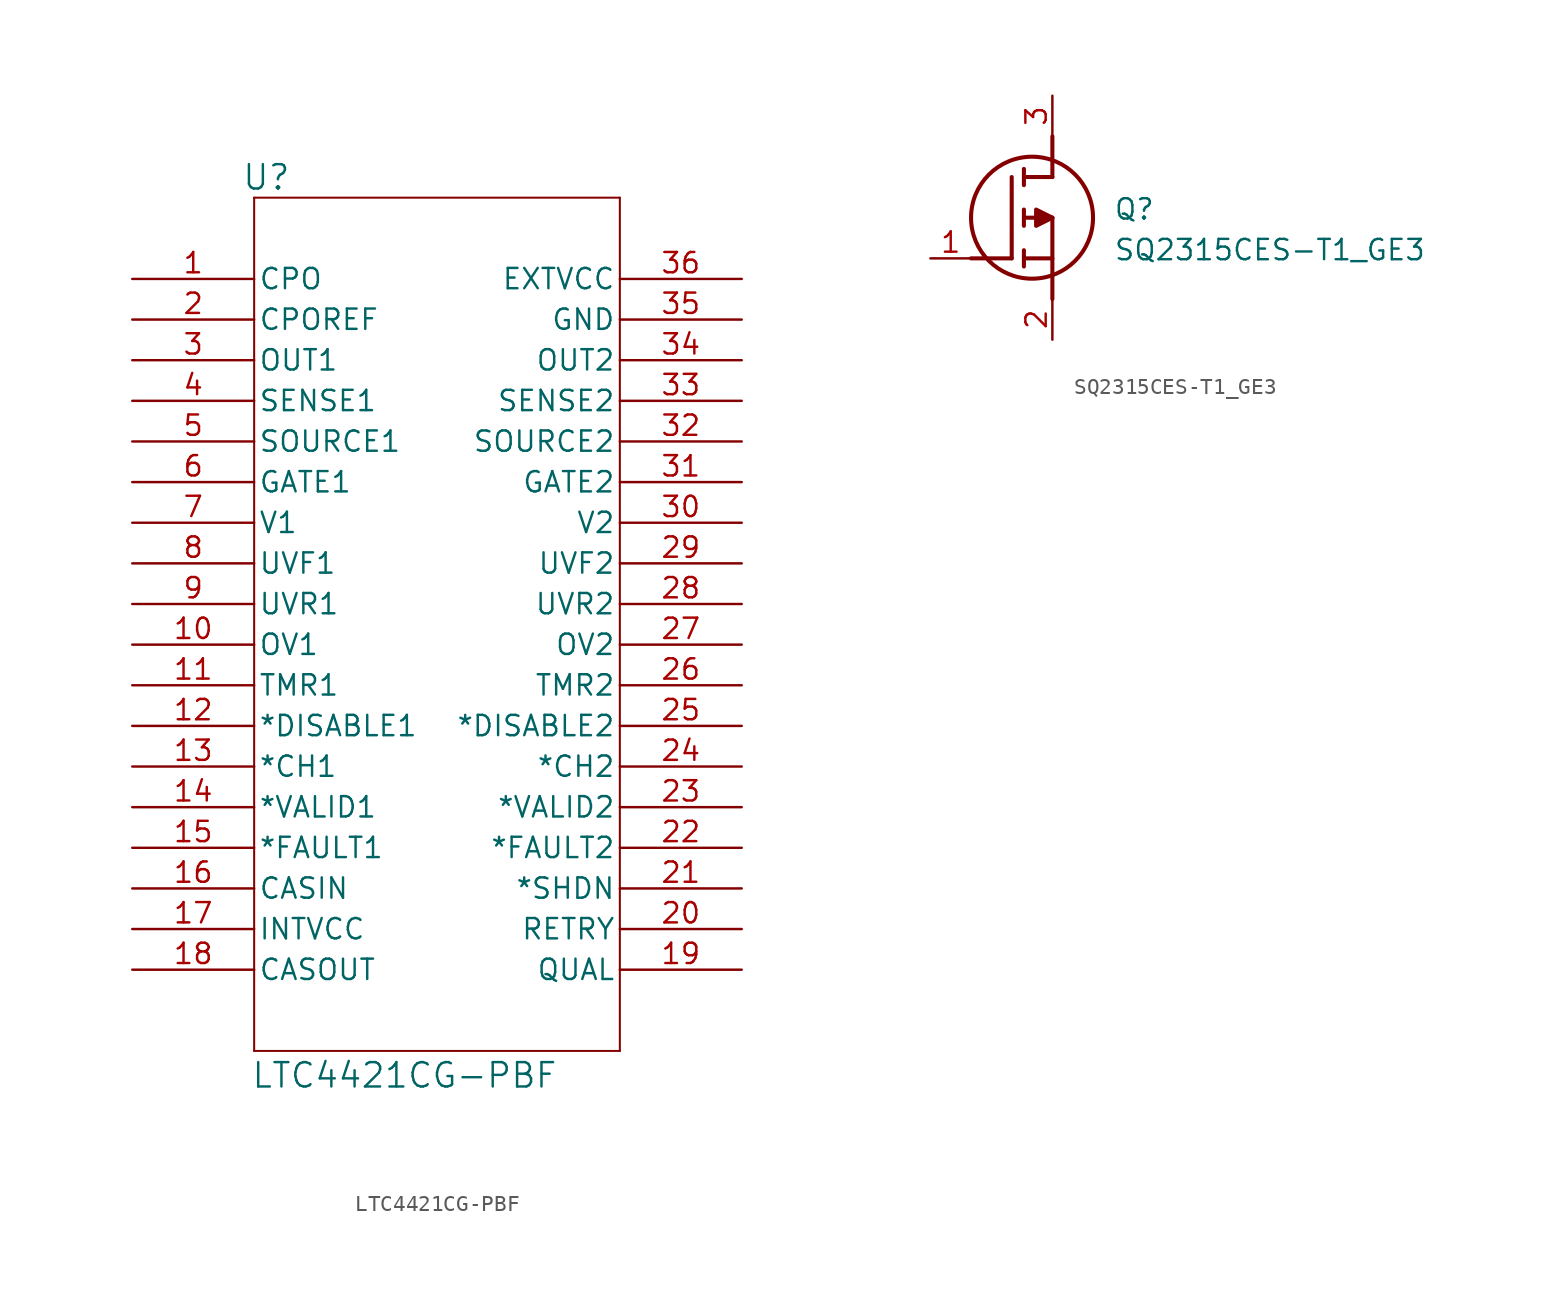
<source format=kicad_sym>
(kicad_symbol_lib
  (version 20241209)
  (generator "kicad_symbol_editor")
  (generator_version "9.0")
  (symbol "LTC4421CG-PBF"
    (pin_names
      (offset 0.254))
    (property "Reference" "U"
      (at -10.668 27.94 0)
      (effects (font (size 1.524 1.524))))
    (property "Value" "LTC4421CG-PBF"
      (at -2.032 -28.194 0)
      (effects (font (size 1.524 1.524))))
    (symbol "LTC4421CG-PBF_0_1"
      (polyline (pts (xy -11.43 26.67) (xy -11.43 -26.67)) (stroke (width 0.127) (type default)) (fill (type none)))
      (polyline (pts (xy -11.43 -26.67) (xy 11.43 -26.67)) (stroke (width 0.127) (type default)) (fill (type none)))
      (polyline (pts (xy 11.43 26.67) (xy -11.43 26.67)) (stroke (width 0.127) (type default)) (fill (type none)))
      (polyline (pts (xy 11.43 -26.67) (xy 11.43 26.67)) (stroke (width 0.127) (type default)) (fill (type none)))
      (pin output line (at -19.05 21.59 0) (length 7.62) (name "CPO" (effects (font (size 1.27 1.27)))) (number "1" (effects (font (size 1.27 1.27)))))
      (pin output line (at -19.05 19.05 0) (length 7.62) (name "CPOREF" (effects (font (size 1.27 1.27)))) (number "2" (effects (font (size 1.27 1.27)))))
      (pin unspecified line (at -19.05 16.51 0) (length 7.62) (name "OUT1" (effects (font (size 1.27 1.27)))) (number "3" (effects (font (size 1.27 1.27)))))
      (pin input line (at -19.05 13.97 0) (length 7.62) (name "SENSE1" (effects (font (size 1.27 1.27)))) (number "4" (effects (font (size 1.27 1.27)))))
      (pin unspecified line (at -19.05 11.43 0) (length 7.62) (name "SOURCE1" (effects (font (size 1.27 1.27)))) (number "5" (effects (font (size 1.27 1.27)))))
      (pin unspecified line (at -19.05 8.89 0) (length 7.62) (name "GATE1" (effects (font (size 1.27 1.27)))) (number "6" (effects (font (size 1.27 1.27)))))
      (pin power_in line (at -19.05 6.35 0) (length 7.62) (name "V1" (effects (font (size 1.27 1.27)))) (number "7" (effects (font (size 1.27 1.27)))))
      (pin input line (at -19.05 3.81 0) (length 7.62) (name "UVF1" (effects (font (size 1.27 1.27)))) (number "8" (effects (font (size 1.27 1.27)))))
      (pin input line (at -19.05 1.27 0) (length 7.62) (name "UVR1" (effects (font (size 1.27 1.27)))) (number "9" (effects (font (size 1.27 1.27)))))
      (pin input line (at -19.05 -1.27 0) (length 7.62) (name "OV1" (effects (font (size 1.27 1.27)))) (number "10" (effects (font (size 1.27 1.27)))))
      (pin unspecified line (at -19.05 -3.81 0) (length 7.62) (name "TMR1" (effects (font (size 1.27 1.27)))) (number "11" (effects (font (size 1.27 1.27)))))
      (pin input line (at -19.05 -6.35 0) (length 7.62) (name "*DISABLE1" (effects (font (size 1.27 1.27)))) (number "12" (effects (font (size 1.27 1.27)))))
      (pin output line (at -19.05 -8.89 0) (length 7.62) (name "*CH1" (effects (font (size 1.27 1.27)))) (number "13" (effects (font (size 1.27 1.27)))))
      (pin unspecified line (at -19.05 -11.43 0) (length 7.62) (name "*VALID1" (effects (font (size 1.27 1.27)))) (number "14" (effects (font (size 1.27 1.27)))))
      (pin output line (at -19.05 -13.97 0) (length 7.62) (name "*FAULT1" (effects (font (size 1.27 1.27)))) (number "15" (effects (font (size 1.27 1.27)))))
      (pin input line (at -19.05 -16.51 0) (length 7.62) (name "CASIN" (effects (font (size 1.27 1.27)))) (number "16" (effects (font (size 1.27 1.27)))))
      (pin power_in line (at -19.05 -19.05 0) (length 7.62) (name "INTVCC" (effects (font (size 1.27 1.27)))) (number "17" (effects (font (size 1.27 1.27)))))
      (pin output line (at -19.05 -21.59 0) (length 7.62) (name "CASOUT" (effects (font (size 1.27 1.27)))) (number "18" (effects (font (size 1.27 1.27)))))
      (pin power_in line (at 19.05 21.59 180) (length 7.62) (name "EXTVCC" (effects (font (size 1.27 1.27)))) (number "36" (effects (font (size 1.27 1.27)))))
      (pin power_out line (at 19.05 19.05 180) (length 7.62) (name "GND" (effects (font (size 1.27 1.27)))) (number "35" (effects (font (size 1.27 1.27)))))
      (pin unspecified line (at 19.05 16.51 180) (length 7.62) (name "OUT2" (effects (font (size 1.27 1.27)))) (number "34" (effects (font (size 1.27 1.27)))))
      (pin input line (at 19.05 13.97 180) (length 7.62) (name "SENSE2" (effects (font (size 1.27 1.27)))) (number "33" (effects (font (size 1.27 1.27)))))
      (pin unspecified line (at 19.05 11.43 180) (length 7.62) (name "SOURCE2" (effects (font (size 1.27 1.27)))) (number "32" (effects (font (size 1.27 1.27)))))
      (pin unspecified line (at 19.05 8.89 180) (length 7.62) (name "GATE2" (effects (font (size 1.27 1.27)))) (number "31" (effects (font (size 1.27 1.27)))))
      (pin power_in line (at 19.05 6.35 180) (length 7.62) (name "V2" (effects (font (size 1.27 1.27)))) (number "30" (effects (font (size 1.27 1.27)))))
      (pin input line (at 19.05 3.81 180) (length 7.62) (name "UVF2" (effects (font (size 1.27 1.27)))) (number "29" (effects (font (size 1.27 1.27)))))
      (pin input line (at 19.05 1.27 180) (length 7.62) (name "UVR2" (effects (font (size 1.27 1.27)))) (number "28" (effects (font (size 1.27 1.27)))))
      (pin input line (at 19.05 -1.27 180) (length 7.62) (name "OV2" (effects (font (size 1.27 1.27)))) (number "27" (effects (font (size 1.27 1.27)))))
      (pin unspecified line (at 19.05 -3.81 180) (length 7.62) (name "TMR2" (effects (font (size 1.27 1.27)))) (number "26" (effects (font (size 1.27 1.27)))))
      (pin input line (at 19.05 -6.35 180) (length 7.62) (name "*DISABLE2" (effects (font (size 1.27 1.27)))) (number "25" (effects (font (size 1.27 1.27)))))
      (pin output line (at 19.05 -8.89 180) (length 7.62) (name "*CH2" (effects (font (size 1.27 1.27)))) (number "24" (effects (font (size 1.27 1.27)))))
      (pin unspecified line (at 19.05 -11.43 180) (length 7.62) (name "*VALID2" (effects (font (size 1.27 1.27)))) (number "23" (effects (font (size 1.27 1.27)))))
      (pin output line (at 19.05 -13.97 180) (length 7.62) (name "*FAULT2" (effects (font (size 1.27 1.27)))) (number "22" (effects (font (size 1.27 1.27)))))
      (pin input line (at 19.05 -16.51 180) (length 7.62) (name "*SHDN" (effects (font (size 1.27 1.27)))) (number "21" (effects (font (size 1.27 1.27)))))
      (pin input line (at 19.05 -19.05 180) (length 7.62) (name "RETRY" (effects (font (size 1.27 1.27)))) (number "20" (effects (font (size 1.27 1.27)))))
      (pin unspecified line (at 19.05 -21.59 180) (length 7.62) (name "QUAL" (effects (font (size 1.27 1.27)))) (number "19" (effects (font (size 1.27 1.27)))))))
  (symbol "SQ2315CES-T1_GE3"
    (pin_names
      (hide yes))
    (property "Reference" "Q"
      (at 11.43 3.81 0)
      (effects (font (size 1.27 1.27)) (justify left top)))
    (property "Value" "SQ2315CES-T1_GE3"
      (at 11.43 1.27 0)
      (effects (font (size 1.27 1.27)) (justify left top)))
    (symbol "SQ2315CES-T1_GE3_1_1"
      (polyline (pts (xy 2.54 0) (xy 5.08 0)) (stroke (width 0.254) (type default)) (fill (type none)))
      (polyline (pts (xy 5.08 5.08) (xy 5.08 0)) (stroke (width 0.254) (type default)) (fill (type none)))
      (polyline (pts (xy 5.842 5.588) (xy 5.842 4.572)) (stroke (width 0.254) (type default)) (fill (type none)))
      (polyline (pts (xy 5.842 2.032) (xy 5.842 3.048)) (stroke (width 0.254) (type default)) (fill (type none)))
      (polyline (pts (xy 5.842 0) (xy 7.62 0)) (stroke (width 0.254) (type default)) (fill (type none)))
      (polyline (pts (xy 5.842 -0.508) (xy 5.842 0.508)) (stroke (width 0.254) (type default)) (fill (type none)))
      (circle (center 6.35 2.54) (radius 3.81) (stroke (width 0.254) (type default)) (fill (type none)))
      (polyline (pts (xy 7.62 5.08) (xy 5.842 5.08)) (stroke (width 0.254) (type default)) (fill (type none)))
      (polyline (pts (xy 7.62 5.08) (xy 7.62 7.62)) (stroke (width 0.254) (type default)) (fill (type none)))
      (polyline (pts (xy 7.62 2.54) (xy 5.842 2.54)) (stroke (width 0.254) (type default)) (fill (type none)))
      (polyline (pts (xy 7.62 2.54) (xy 7.62 -2.54)) (stroke (width 0.254) (type default)) (fill (type none)))
      (polyline (pts (xy 7.62 2.54) (xy 6.604 3.048) (xy 6.604 2.032) (xy 7.62 2.54)) (stroke (width 0.254) (type default)) (fill (type outline)))
      (pin passive line (at 0 0 0) (length 2.54) (name "G" (effects (font (size 1.27 1.27)))) (number "1" (effects (font (size 1.27 1.27)))))
      (pin passive line (at 7.62 10.16 270) (length 2.54) (name "D" (effects (font (size 1.27 1.27)))) (number "3" (effects (font (size 1.27 1.27)))))
      (pin passive line (at 7.62 -5.08 90) (length 2.54) (name "S" (effects (font (size 1.27 1.27)))) (number "2" (effects (font (size 1.27 1.27))))))))
</source>
